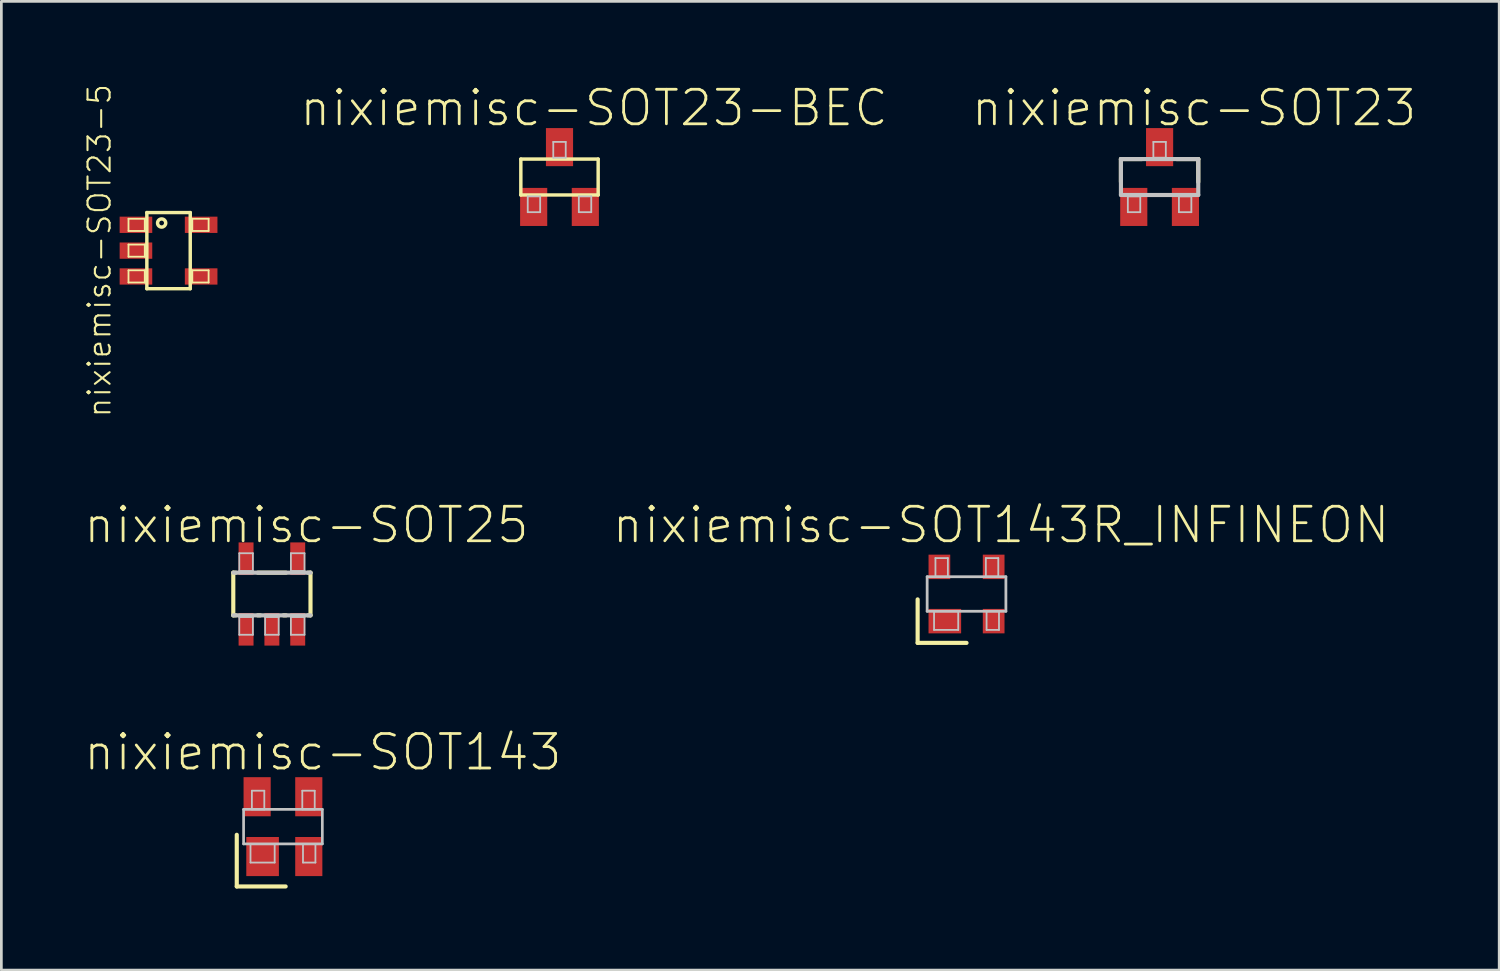
<source format=kicad_pcb>
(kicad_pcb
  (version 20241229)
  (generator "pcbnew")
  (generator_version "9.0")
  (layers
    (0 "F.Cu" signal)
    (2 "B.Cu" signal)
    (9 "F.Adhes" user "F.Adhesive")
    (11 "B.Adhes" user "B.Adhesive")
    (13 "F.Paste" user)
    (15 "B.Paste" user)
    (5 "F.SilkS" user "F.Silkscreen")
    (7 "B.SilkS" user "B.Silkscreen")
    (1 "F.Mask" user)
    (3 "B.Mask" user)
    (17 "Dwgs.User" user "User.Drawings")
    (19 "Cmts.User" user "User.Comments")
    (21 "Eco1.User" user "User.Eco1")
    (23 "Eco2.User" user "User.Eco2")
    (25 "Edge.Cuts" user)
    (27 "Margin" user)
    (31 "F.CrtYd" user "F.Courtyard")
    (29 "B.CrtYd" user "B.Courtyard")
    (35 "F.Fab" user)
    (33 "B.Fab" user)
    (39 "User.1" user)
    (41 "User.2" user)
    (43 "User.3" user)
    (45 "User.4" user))
  (footprint "nixiemisc-SOT23"
    (layer "F.Cu")
    (at 39.599 3.461)
    (property "Reference" "nixiemisc-SOT23" (at 1.27 -2.54 0) (layer "F.SilkS") (effects (font (size 1.27 1.27) (thickness 0.102))))
    (attr smd)
    (fp_line (start -1.422 -0.66) (end -0.655 -0.66) (stroke (width 0.152) (type solid)) (layer "F.SilkS"))
    (fp_line (start -1.422 0.183) (end -1.422 -0.66) (stroke (width 0.152) (type solid)) (layer "F.SilkS"))
    (fp_line (start 0.632 -0.66) (end 1.422 -0.66) (stroke (width 0.152) (type solid)) (layer "F.SilkS"))
    (fp_line (start 1.422 -0.66) (end 1.422 0.183) (stroke (width 0.152) (type solid)) (layer "F.SilkS"))
    (fp_line (start -1.422 -0.66) (end 1.422 -0.66) (stroke (width 0.152) (type solid)) (layer "Dwgs.User"))
    (fp_line (start -1.422 0.66) (end -1.422 -0.66) (stroke (width 0.152) (type solid)) (layer "Dwgs.User"))
    (fp_line (start -1.168 0.711) (end -0.711 0.711) (stroke (width 0.066) (type solid)) (layer "Dwgs.User"))
    (fp_line (start -1.168 1.293) (end -1.168 0.711) (stroke (width 0.066) (type solid)) (layer "Dwgs.User"))
    (fp_line (start -1.168 1.293) (end -0.711 1.293) (stroke (width 0.066) (type solid)) (layer "Dwgs.User"))
    (fp_line (start -0.711 1.293) (end -0.711 0.711) (stroke (width 0.066) (type solid)) (layer "Dwgs.User"))
    (fp_line (start -0.229 -1.293) (end 0.229 -1.293) (stroke (width 0.066) (type solid)) (layer "Dwgs.User"))
    (fp_line (start -0.229 -0.711) (end -0.229 -1.293) (stroke (width 0.066) (type solid)) (layer "Dwgs.User"))
    (fp_line (start -0.229 -0.711) (end 0.229 -0.711) (stroke (width 0.066) (type solid)) (layer "Dwgs.User"))
    (fp_line (start 0.229 -0.711) (end 0.229 -1.293) (stroke (width 0.066) (type solid)) (layer "Dwgs.User"))
    (fp_line (start 0.711 0.711) (end 1.168 0.711) (stroke (width 0.066) (type solid)) (layer "Dwgs.User"))
    (fp_line (start 0.711 1.293) (end 0.711 0.711) (stroke (width 0.066) (type solid)) (layer "Dwgs.User"))
    (fp_line (start 0.711 1.293) (end 1.168 1.293) (stroke (width 0.066) (type solid)) (layer "Dwgs.User"))
    (fp_line (start 1.168 1.293) (end 1.168 0.711) (stroke (width 0.066) (type solid)) (layer "Dwgs.User"))
    (fp_line (start 1.422 -0.66) (end 1.422 0.66) (stroke (width 0.152) (type solid)) (layer "Dwgs.User"))
    (fp_line (start 1.422 0.66) (end -1.422 0.66) (stroke (width 0.152) (type solid)) (layer "Dwgs.User"))
    (pad "1" smd rect (at -0.95 1.1) (size 0.998 1.4) (layers "F.Cu" "F.Mask" "F.Paste"))
    (pad "2" smd rect (at 0.95 1.1) (size 0.998 1.4) (layers "F.Cu" "F.Mask" "F.Paste"))
    (pad "3" smd rect (at 0 -1.1) (size 0.998 1.4) (layers "F.Cu" "F.Mask" "F.Paste")))
  (footprint "nixiemisc-SOT143"
    (layer "F.Cu")
    (at 7.357 27.353)
    (property "Reference" "nixiemisc-SOT143" (at 1.468 -2.738 0) (layer "F.SilkS") (effects (font (size 1.27 1.27) (thickness 0.102))))
    (attr smd)
    (fp_line (start -1.699 0.3) (end -1.699 2.2) (stroke (width 0.152) (type solid)) (layer "F.SilkS"))
    (fp_line (start -1.699 2.2) (end 0.099 2.2) (stroke (width 0.152) (type solid)) (layer "F.SilkS"))
    (fp_line (start -1.448 -0.635) (end 1.448 -0.635) (stroke (width 0.099) (type solid)) (layer "Dwgs.User"))
    (fp_line (start -1.448 0.635) (end -1.448 -0.635) (stroke (width 0.099) (type solid)) (layer "Dwgs.User"))
    (fp_line (start -1.448 0.635) (end 1.448 0.635) (stroke (width 0.099) (type solid)) (layer "Dwgs.User"))
    (fp_line (start -1.194 0.635) (end -0.305 0.635) (stroke (width 0.066) (type solid)) (layer "Dwgs.User"))
    (fp_line (start -1.194 1.321) (end -1.194 0.635) (stroke (width 0.066) (type solid)) (layer "Dwgs.User"))
    (fp_line (start -1.194 1.321) (end -0.305 1.321) (stroke (width 0.066) (type solid)) (layer "Dwgs.User"))
    (fp_line (start -1.143 -1.321) (end -0.686 -1.321) (stroke (width 0.066) (type solid)) (layer "Dwgs.User"))
    (fp_line (start -1.143 -0.635) (end -1.143 -1.321) (stroke (width 0.066) (type solid)) (layer "Dwgs.User"))
    (fp_line (start -1.143 -0.635) (end -0.686 -0.635) (stroke (width 0.066) (type solid)) (layer "Dwgs.User"))
    (fp_line (start -0.686 -0.635) (end -0.686 -1.321) (stroke (width 0.066) (type solid)) (layer "Dwgs.User"))
    (fp_line (start -0.305 1.321) (end -0.305 0.635) (stroke (width 0.066) (type solid)) (layer "Dwgs.User"))
    (fp_line (start 0.711 -1.321) (end 1.168 -1.321) (stroke (width 0.066) (type solid)) (layer "Dwgs.User"))
    (fp_line (start 0.711 -0.635) (end 0.711 -1.321) (stroke (width 0.066) (type solid)) (layer "Dwgs.User"))
    (fp_line (start 0.711 -0.635) (end 1.168 -0.635) (stroke (width 0.066) (type solid)) (layer "Dwgs.User"))
    (fp_line (start 0.737 0.635) (end 1.194 0.635) (stroke (width 0.066) (type solid)) (layer "Dwgs.User"))
    (fp_line (start 0.737 1.321) (end 0.737 0.635) (stroke (width 0.066) (type solid)) (layer "Dwgs.User"))
    (fp_line (start 0.737 1.321) (end 1.194 1.321) (stroke (width 0.066) (type solid)) (layer "Dwgs.User"))
    (fp_line (start 1.168 -0.635) (end 1.168 -1.321) (stroke (width 0.066) (type solid)) (layer "Dwgs.User"))
    (fp_line (start 1.194 1.321) (end 1.194 0.635) (stroke (width 0.066) (type solid)) (layer "Dwgs.User"))
    (fp_line (start 1.448 0.635) (end 1.448 -0.635) (stroke (width 0.099) (type solid)) (layer "Dwgs.User"))
    (pad "1" smd rect (at -0.749 1.1) (size 1.199 1.438) (layers "F.Cu" "F.Mask" "F.Paste"))
    (pad "2" smd rect (at 0.95 1.1) (size 0.998 1.438) (layers "F.Cu" "F.Mask" "F.Paste"))
    (pad "3" smd rect (at 0.95 -1.1) (size 0.998 1.438) (layers "F.Cu" "F.Mask" "F.Paste"))
    (pad "4" smd rect (at -0.95 -1.1) (size 0.998 1.438) (layers "F.Cu" "F.Mask" "F.Paste")))
  (footprint "nixiemisc-SOT143R_INFINEON"
    (layer "F.Cu")
    (at 32.498 18.797)
    (property "Reference" "nixiemisc-SOT143R_INFINEON" (at 1.27 -2.54 0) (layer "F.SilkS") (effects (font (size 1.27 1.27) (thickness 0.102))))
    (attr smd)
    (fp_line (start -1.798 0.198) (end -1.798 1.798) (stroke (width 0.152) (type solid)) (layer "F.SilkS"))
    (fp_line (start -1.798 1.798) (end 0 1.798) (stroke (width 0.152) (type solid)) (layer "F.SilkS"))
    (fp_line (start -1.448 -0.635) (end 1.448 -0.635) (stroke (width 0.102) (type solid)) (layer "Dwgs.User"))
    (fp_line (start -1.448 0.635) (end -1.448 -0.635) (stroke (width 0.102) (type solid)) (layer "Dwgs.User"))
    (fp_line (start -1.194 0.635) (end -0.305 0.635) (stroke (width 0.066) (type solid)) (layer "Dwgs.User"))
    (fp_line (start -1.194 1.321) (end -1.194 0.635) (stroke (width 0.066) (type solid)) (layer "Dwgs.User"))
    (fp_line (start -1.194 1.321) (end -0.305 1.321) (stroke (width 0.066) (type solid)) (layer "Dwgs.User"))
    (fp_line (start -1.143 -1.321) (end -0.686 -1.321) (stroke (width 0.066) (type solid)) (layer "Dwgs.User"))
    (fp_line (start -1.143 -0.635) (end -1.143 -1.321) (stroke (width 0.066) (type solid)) (layer "Dwgs.User"))
    (fp_line (start -1.143 -0.635) (end -0.686 -0.635) (stroke (width 0.066) (type solid)) (layer "Dwgs.User"))
    (fp_line (start -0.686 -0.635) (end -0.686 -1.321) (stroke (width 0.066) (type solid)) (layer "Dwgs.User"))
    (fp_line (start -0.305 1.321) (end -0.305 0.635) (stroke (width 0.066) (type solid)) (layer "Dwgs.User"))
    (fp_line (start 0.711 -1.321) (end 1.168 -1.321) (stroke (width 0.066) (type solid)) (layer "Dwgs.User"))
    (fp_line (start 0.711 -0.635) (end 0.711 -1.321) (stroke (width 0.066) (type solid)) (layer "Dwgs.User"))
    (fp_line (start 0.711 -0.635) (end 1.168 -0.635) (stroke (width 0.066) (type solid)) (layer "Dwgs.User"))
    (fp_line (start 0.737 0.635) (end 1.194 0.635) (stroke (width 0.066) (type solid)) (layer "Dwgs.User"))
    (fp_line (start 0.737 1.321) (end 0.737 0.635) (stroke (width 0.066) (type solid)) (layer "Dwgs.User"))
    (fp_line (start 0.737 1.321) (end 1.194 1.321) (stroke (width 0.066) (type solid)) (layer "Dwgs.User"))
    (fp_line (start 1.168 -0.635) (end 1.168 -1.321) (stroke (width 0.066) (type solid)) (layer "Dwgs.User"))
    (fp_line (start 1.194 1.321) (end 1.194 0.635) (stroke (width 0.066) (type solid)) (layer "Dwgs.User"))
    (fp_line (start 1.448 0.635) (end -1.448 0.635) (stroke (width 0.102) (type solid)) (layer "Dwgs.User"))
    (fp_line (start 1.448 0.635) (end 1.448 -0.635) (stroke (width 0.102) (type solid)) (layer "Dwgs.User"))
    (pad "1" smd rect (at -0.798 0.998) (size 1.199 0.899) (layers "F.Cu" "F.Mask" "F.Paste"))
    (pad "2" smd rect (at 0.998 0.998) (size 0.798 0.899) (layers "F.Cu" "F.Mask" "F.Paste"))
    (pad "3" smd rect (at 0.998 -0.998) (size 0.798 0.899) (layers "F.Cu" "F.Mask" "F.Paste"))
    (pad "4" smd rect (at -0.998 -0.998) (size 0.798 0.899) (layers "F.Cu" "F.Mask" "F.Paste")))
  (footprint "nixiemisc-SOT23-BEC"
    (layer "F.Cu")
    (at 17.528 3.461)
    (property "Reference" "nixiemisc-SOT23-BEC" (at 1.27 -2.54 0) (layer "F.SilkS") (effects (font (size 1.27 1.27) (thickness 0.102))))
    (attr smd)
    (fp_line (start -1.422 -0.66) (end 1.422 -0.66) (stroke (width 0.127) (type solid)) (layer "F.SilkS"))
    (fp_line (start -1.422 0.66) (end -1.422 -0.66) (stroke (width 0.127) (type solid)) (layer "F.SilkS"))
    (fp_line (start 1.422 -0.66) (end 1.422 0.66) (stroke (width 0.127) (type solid)) (layer "F.SilkS"))
    (fp_line (start 1.422 0.66) (end -1.422 0.66) (stroke (width 0.127) (type solid)) (layer "F.SilkS"))
    (fp_line (start -1.168 0.711) (end -0.711 0.711) (stroke (width 0.066) (type solid)) (layer "Dwgs.User"))
    (fp_line (start -1.168 1.293) (end -1.168 0.711) (stroke (width 0.066) (type solid)) (layer "Dwgs.User"))
    (fp_line (start -1.168 1.293) (end -0.711 1.293) (stroke (width 0.066) (type solid)) (layer "Dwgs.User"))
    (fp_line (start -0.711 1.293) (end -0.711 0.711) (stroke (width 0.066) (type solid)) (layer "Dwgs.User"))
    (fp_line (start -0.229 -1.293) (end 0.229 -1.293) (stroke (width 0.066) (type solid)) (layer "Dwgs.User"))
    (fp_line (start -0.229 -0.711) (end -0.229 -1.293) (stroke (width 0.066) (type solid)) (layer "Dwgs.User"))
    (fp_line (start -0.229 -0.711) (end 0.229 -0.711) (stroke (width 0.066) (type solid)) (layer "Dwgs.User"))
    (fp_line (start 0.229 -0.711) (end 0.229 -1.293) (stroke (width 0.066) (type solid)) (layer "Dwgs.User"))
    (fp_line (start 0.711 0.711) (end 1.168 0.711) (stroke (width 0.066) (type solid)) (layer "Dwgs.User"))
    (fp_line (start 0.711 1.293) (end 0.711 0.711) (stroke (width 0.066) (type solid)) (layer "Dwgs.User"))
    (fp_line (start 0.711 1.293) (end 1.168 1.293) (stroke (width 0.066) (type solid)) (layer "Dwgs.User"))
    (fp_line (start 1.168 1.293) (end 1.168 0.711) (stroke (width 0.066) (type solid)) (layer "Dwgs.User"))
    (pad "B" smd rect (at -0.95 1.1) (size 0.998 1.4) (layers "F.Cu" "F.Mask" "F.Paste"))
    (pad "C" smd rect (at 0 -1.1) (size 0.998 1.4) (layers "F.Cu" "F.Mask" "F.Paste"))
    (pad "E" smd rect (at 0.95 1.1) (size 0.998 1.4) (layers "F.Cu" "F.Mask" "F.Paste")))
  (footprint "nixiemisc-SOT23-5"
    (layer "F.Cu")
    (at 3.149 6.168)
    (property "Reference" "nixiemisc-SOT23-5" (at -2.54 0 270) (layer "F.SilkS") (effects (font (size 0.813 0.813) (thickness 0.076))))
    (attr smd)
    (fp_line (start -1.473 -1.173) (end -0.874 -1.173) (stroke (width 0.066) (type solid)) (layer "F.SilkS"))
    (fp_line (start -1.473 -0.724) (end -1.473 -1.173) (stroke (width 0.066) (type solid)) (layer "F.SilkS"))
    (fp_line (start -1.473 -0.724) (end -0.874 -0.724) (stroke (width 0.066) (type solid)) (layer "F.SilkS"))
    (fp_line (start -1.473 -0.224) (end -0.874 -0.224) (stroke (width 0.066) (type solid)) (layer "F.SilkS"))
    (fp_line (start -1.473 0.224) (end -1.473 -0.224) (stroke (width 0.066) (type solid)) (layer "F.SilkS"))
    (fp_line (start -1.473 0.224) (end -0.874 0.224) (stroke (width 0.066) (type solid)) (layer "F.SilkS"))
    (fp_line (start -1.473 0.724) (end -0.874 0.724) (stroke (width 0.066) (type solid)) (layer "F.SilkS"))
    (fp_line (start -1.473 1.173) (end -1.473 0.724) (stroke (width 0.066) (type solid)) (layer "F.SilkS"))
    (fp_line (start -1.473 1.173) (end -0.874 1.173) (stroke (width 0.066) (type solid)) (layer "F.SilkS"))
    (fp_line (start -0.874 -0.724) (end -0.874 -1.173) (stroke (width 0.066) (type solid)) (layer "F.SilkS"))
    (fp_line (start -0.874 0.224) (end -0.874 -0.224) (stroke (width 0.066) (type solid)) (layer "F.SilkS"))
    (fp_line (start -0.874 1.173) (end -0.874 0.724) (stroke (width 0.066) (type solid)) (layer "F.SilkS"))
    (fp_line (start -0.798 -1.4) (end 0.798 -1.4) (stroke (width 0.127) (type solid)) (layer "F.SilkS"))
    (fp_line (start -0.798 1.4) (end -0.798 -1.4) (stroke (width 0.127) (type solid)) (layer "F.SilkS"))
    (fp_line (start 0.798 -1.4) (end 0.798 1.4) (stroke (width 0.127) (type solid)) (layer "F.SilkS"))
    (fp_line (start 0.798 1.4) (end -0.798 1.4) (stroke (width 0.127) (type solid)) (layer "F.SilkS"))
    (fp_line (start 0.874 -1.173) (end 0.874 -0.724) (stroke (width 0.066) (type solid)) (layer "F.SilkS"))
    (fp_line (start 0.874 0.724) (end 0.874 1.173) (stroke (width 0.066) (type solid)) (layer "F.SilkS"))
    (fp_line (start 1.473 -1.173) (end 0.874 -1.173) (stroke (width 0.066) (type solid)) (layer "F.SilkS"))
    (fp_line (start 1.473 -1.173) (end 1.473 -0.724) (stroke (width 0.066) (type solid)) (layer "F.SilkS"))
    (fp_line (start 1.473 -0.724) (end 0.874 -0.724) (stroke (width 0.066) (type solid)) (layer "F.SilkS"))
    (fp_line (start 1.473 0.724) (end 0.874 0.724) (stroke (width 0.066) (type solid)) (layer "F.SilkS"))
    (fp_line (start 1.473 0.724) (end 1.473 1.173) (stroke (width 0.066) (type solid)) (layer "F.SilkS"))
    (fp_line (start 1.473 1.173) (end 0.874 1.173) (stroke (width 0.066) (type solid)) (layer "F.SilkS"))
    (fp_circle (center -0.254 -1.016) (end -0.254 -1.166) (stroke (width 0.127) (type solid)) (fill no) (layer "F.SilkS"))
    (pad "1" smd rect (at -1.199 -0.95) (size 1.199 0.599) (layers "F.Cu" "F.Mask" "F.Paste"))
    (pad "2" smd rect (at -1.199 0) (size 1.199 0.599) (layers "F.Cu" "F.Mask" "F.Paste"))
    (pad "3" smd rect (at -1.199 0.95) (size 1.199 0.599) (layers "F.Cu" "F.Mask" "F.Paste"))
    (pad "4" smd rect (at 1.199 0.95) (size 1.199 0.599) (layers "F.Cu" "F.Mask" "F.Paste"))
    (pad "5" smd rect (at 1.199 -0.95) (size 1.199 0.599) (layers "F.Cu" "F.Mask" "F.Paste")))
  (footprint "nixiemisc-SOT25"
    (layer "F.Cu")
    (at 6.95 18.797)
    (property "Reference" "nixiemisc-SOT25" (at 1.27 -2.54 0) (layer "F.SilkS") (effects (font (size 1.27 1.27) (thickness 0.102))))
    (attr smd)
    (fp_line (start -1.42 -0.785) (end -1.326 -0.785) (stroke (width 0.152) (type solid)) (layer "F.SilkS"))
    (fp_line (start -1.42 0.785) (end -1.42 -0.785) (stroke (width 0.152) (type solid)) (layer "F.SilkS"))
    (fp_line (start -1.326 0.785) (end -1.42 0.785) (stroke (width 0.152) (type solid)) (layer "F.SilkS"))
    (fp_line (start -0.521 -0.785) (end 0.521 -0.785) (stroke (width 0.152) (type solid)) (layer "F.SilkS"))
    (fp_line (start -0.427 0.785) (end -0.521 0.785) (stroke (width 0.152) (type solid)) (layer "F.SilkS"))
    (fp_line (start 0.521 0.785) (end 0.427 0.785) (stroke (width 0.152) (type solid)) (layer "F.SilkS"))
    (fp_line (start 1.326 -0.785) (end 1.42 -0.785) (stroke (width 0.152) (type solid)) (layer "F.SilkS"))
    (fp_line (start 1.42 -0.785) (end 1.42 0.785) (stroke (width 0.152) (type solid)) (layer "F.SilkS"))
    (fp_line (start 1.42 0.785) (end 1.326 0.785) (stroke (width 0.152) (type solid)) (layer "F.SilkS"))
    (fp_line (start -1.42 -0.785) (end 1.42 -0.785) (stroke (width 0.152) (type solid)) (layer "Dwgs.User"))
    (fp_line (start -1.199 -1.499) (end -0.699 -1.499) (stroke (width 0.066) (type solid)) (layer "Dwgs.User"))
    (fp_line (start -1.199 -0.848) (end -1.199 -1.499) (stroke (width 0.066) (type solid)) (layer "Dwgs.User"))
    (fp_line (start -1.199 -0.848) (end -0.699 -0.848) (stroke (width 0.066) (type solid)) (layer "Dwgs.User"))
    (fp_line (start -1.199 0.848) (end -0.699 0.848) (stroke (width 0.066) (type solid)) (layer "Dwgs.User"))
    (fp_line (start -1.199 1.499) (end -1.199 0.848) (stroke (width 0.066) (type solid)) (layer "Dwgs.User"))
    (fp_line (start -1.199 1.499) (end -0.699 1.499) (stroke (width 0.066) (type solid)) (layer "Dwgs.User"))
    (fp_line (start -0.699 -0.848) (end -0.699 -1.499) (stroke (width 0.066) (type solid)) (layer "Dwgs.User"))
    (fp_line (start -0.699 1.499) (end -0.699 0.848) (stroke (width 0.066) (type solid)) (layer "Dwgs.User"))
    (fp_line (start -0.249 0.848) (end 0.249 0.848) (stroke (width 0.066) (type solid)) (layer "Dwgs.User"))
    (fp_line (start -0.249 1.499) (end -0.249 0.848) (stroke (width 0.066) (type solid)) (layer "Dwgs.User"))
    (fp_line (start -0.249 1.499) (end 0.249 1.499) (stroke (width 0.066) (type solid)) (layer "Dwgs.User"))
    (fp_line (start 0.249 1.499) (end 0.249 0.848) (stroke (width 0.066) (type solid)) (layer "Dwgs.User"))
    (fp_line (start 0.699 -1.499) (end 1.199 -1.499) (stroke (width 0.066) (type solid)) (layer "Dwgs.User"))
    (fp_line (start 0.699 -0.848) (end 0.699 -1.499) (stroke (width 0.066) (type solid)) (layer "Dwgs.User"))
    (fp_line (start 0.699 -0.848) (end 1.199 -0.848) (stroke (width 0.066) (type solid)) (layer "Dwgs.User"))
    (fp_line (start 0.699 0.848) (end 1.199 0.848) (stroke (width 0.066) (type solid)) (layer "Dwgs.User"))
    (fp_line (start 0.699 1.499) (end 0.699 0.848) (stroke (width 0.066) (type solid)) (layer "Dwgs.User"))
    (fp_line (start 0.699 1.499) (end 1.199 1.499) (stroke (width 0.066) (type solid)) (layer "Dwgs.User"))
    (fp_line (start 1.199 -0.848) (end 1.199 -1.499) (stroke (width 0.066) (type solid)) (layer "Dwgs.User"))
    (fp_line (start 1.199 1.499) (end 1.199 0.848) (stroke (width 0.066) (type solid)) (layer "Dwgs.User"))
    (fp_line (start 1.42 0.785) (end -1.42 0.785) (stroke (width 0.152) (type solid)) (layer "Dwgs.User"))
    (pad "1" smd rect (at -0.95 1.298) (size 0.549 1.199) (layers "F.Cu" "F.Mask" "F.Paste"))
    (pad "2" smd rect (at 0 1.298) (size 0.549 1.199) (layers "F.Cu" "F.Mask" "F.Paste"))
    (pad "3" smd rect (at 0.95 1.298) (size 0.549 1.199) (layers "F.Cu" "F.Mask" "F.Paste"))
    (pad "4" smd rect (at 0.95 -1.298) (size 0.549 1.199) (layers "F.Cu" "F.Mask" "F.Paste"))
    (pad "5" smd rect (at -0.95 -1.298) (size 0.549 1.199) (layers "F.Cu" "F.Mask" "F.Paste")))
  (gr_rect
    (start -3 -3)
    (end 52.089 32.629)
    (stroke (width 0.1) (type default))
    (fill no)
    (layer "Edge.Cuts")))
</source>
